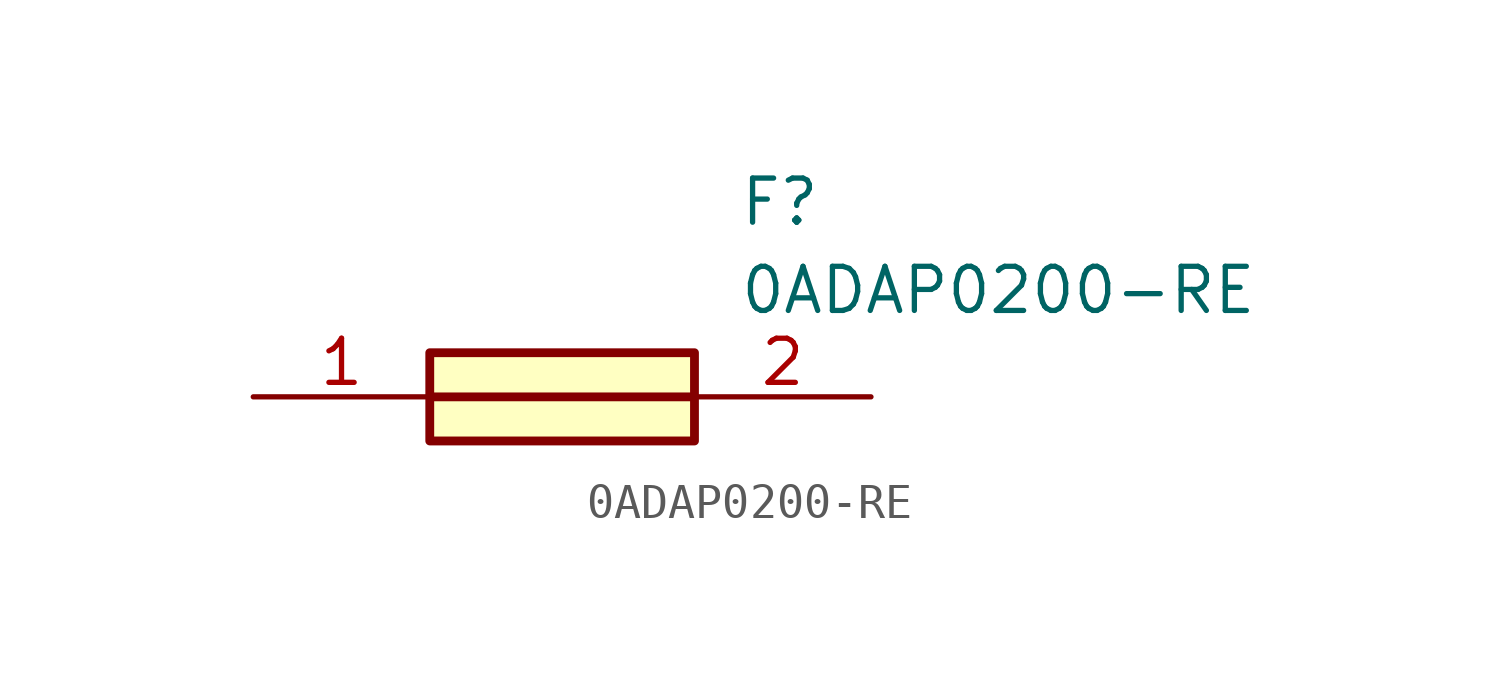
<source format=kicad_sym>
(kicad_symbol_lib
  (version 20211014)
  (generator SamacSys_ECAD_Model)
  (symbol "0ADAP0200-RE"
    (pin_names hide)
    (property "Reference" "F"
      (at 13.97 6.35 0)
      (effects (font (size 1.27 1.27)) (justify left top)))
    (property "Value" "0ADAP0200-RE"
      (at 13.97 3.81 0)
      (effects (font (size 1.27 1.27)) (justify left top)))
    (rectangle
      (start 5.08 1.27)
      (end 12.7 -1.27)
      (stroke (width 0.254) (type default))
      (fill (type background)))
    (polyline
      (pts (xy 5.08 0) (xy 12.7 0))
      (stroke (width 0.254) (type default))
      (fill (type none)))
    (pin passive line
      (at 0 0 0)
      (length 5.08)
      (name "1" (effects (font (size 1.27 1.27))))
      (number "1" (effects (font (size 1.27 1.27)))))
    (pin passive line
      (at 17.78 0 180)
      (length 5.08)
      (name "2" (effects (font (size 1.27 1.27))))
      (number "2" (effects (font (size 1.27 1.27)))))))
</source>
